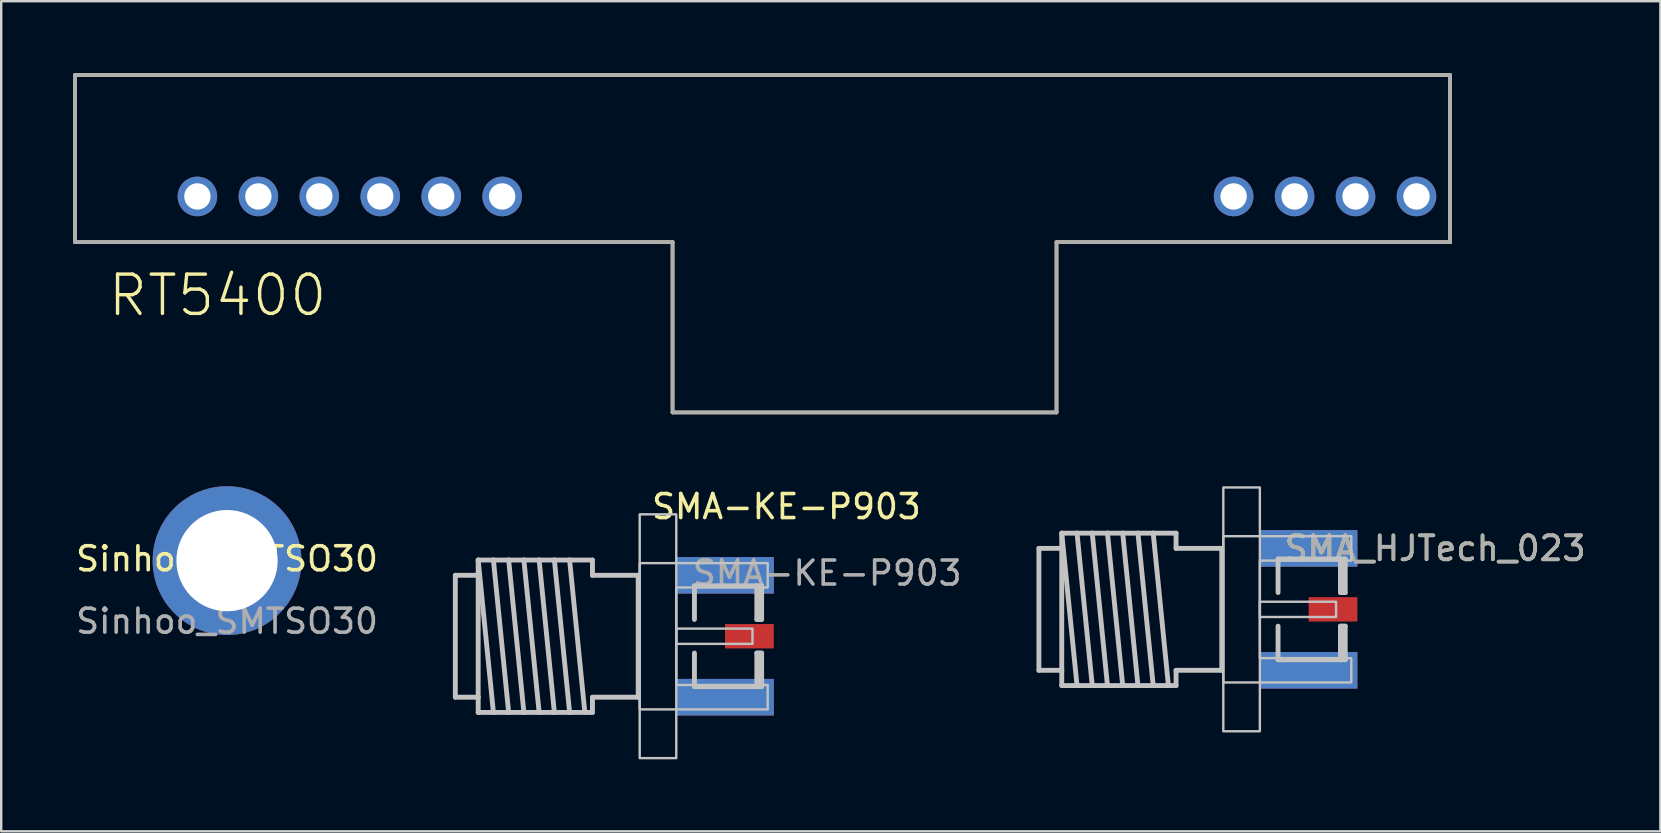
<source format=kicad_pcb>
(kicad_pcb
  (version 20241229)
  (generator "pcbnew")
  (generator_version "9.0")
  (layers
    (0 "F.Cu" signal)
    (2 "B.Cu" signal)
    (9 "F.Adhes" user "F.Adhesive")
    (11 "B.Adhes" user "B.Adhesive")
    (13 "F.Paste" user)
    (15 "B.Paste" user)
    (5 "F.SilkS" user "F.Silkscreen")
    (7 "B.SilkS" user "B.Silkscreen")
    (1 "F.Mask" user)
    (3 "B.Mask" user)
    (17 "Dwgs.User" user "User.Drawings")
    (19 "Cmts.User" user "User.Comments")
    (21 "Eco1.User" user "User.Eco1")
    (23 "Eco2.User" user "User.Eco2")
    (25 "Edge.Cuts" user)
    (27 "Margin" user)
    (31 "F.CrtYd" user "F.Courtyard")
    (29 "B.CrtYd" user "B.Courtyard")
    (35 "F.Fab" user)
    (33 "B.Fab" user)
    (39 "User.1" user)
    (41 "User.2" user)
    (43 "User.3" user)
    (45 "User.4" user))
  (footprint "RT5400"
    (layer "F.Cu")
    (at 12.796 5.136)
    (property "Reference" "RT5400" (at -11.43 5.08 0) (layer "F.SilkS") (effects (font (size 1.636 1.636) (thickness 0.142)) (justify left bottom)))
    (fp_line (start -12.72 -5.06) (end 44.58 -5.06) (stroke (width 0.152) (type solid)) (layer "F.SilkS"))
    (fp_line (start -12.72 1.905) (end -12.72 -5.06) (stroke (width 0.152) (type solid)) (layer "F.SilkS"))
    (fp_line (start 12.18 1.905) (end -12.72 1.905) (stroke (width 0.152) (type solid)) (layer "F.SilkS"))
    (fp_line (start 12.18 1.905) (end 12.18 9) (stroke (width 0.152) (type solid)) (layer "F.SilkS"))
    (fp_line (start 12.18 9) (end 28.18 9) (stroke (width 0.152) (type solid)) (layer "F.SilkS"))
    (fp_line (start 28.18 9) (end 28.18 1.905) (stroke (width 0.152) (type solid)) (layer "F.SilkS"))
    (fp_line (start 44.58 -5.06) (end 44.58 1.905) (stroke (width 0.152) (type solid)) (layer "F.SilkS"))
    (fp_line (start 44.58 1.905) (end 28.18 1.905) (stroke (width 0.152) (type solid)) (layer "F.SilkS"))
    (fp_line (start -12.72 -5.06) (end 44.58 -5.06) (stroke (width 0.152) (type solid)) (layer "F.Fab"))
    (fp_line (start -12.72 1.905) (end -12.72 -5.06) (stroke (width 0.152) (type solid)) (layer "F.Fab"))
    (fp_line (start 12.18 1.905) (end -12.72 1.905) (stroke (width 0.152) (type solid)) (layer "F.Fab"))
    (fp_line (start 12.18 1.905) (end 12.18 9) (stroke (width 0.152) (type solid)) (layer "F.Fab"))
    (fp_line (start 12.18 9) (end 28.18 9) (stroke (width 0.152) (type solid)) (layer "F.Fab"))
    (fp_line (start 28.18 9) (end 28.18 1.905) (stroke (width 0.152) (type solid)) (layer "F.Fab"))
    (fp_line (start 44.58 -5.06) (end 44.58 1.905) (stroke (width 0.152) (type solid)) (layer "F.Fab"))
    (fp_line (start 44.58 1.905) (end 28.18 1.905) (stroke (width 0.152) (type solid)) (layer "F.Fab"))
    (pad "1" thru_hole circle (at -7.62 0) (size 1.65 1.65) (drill 1.1) (layers "*.Cu" "*.Mask"))
    (pad "2" thru_hole circle (at -5.08 0) (size 1.65 1.65) (drill 1.1) (layers "*.Cu" "*.Mask"))
    (pad "3" thru_hole circle (at -2.54 0) (size 1.65 1.65) (drill 1.1) (layers "*.Cu" "*.Mask"))
    (pad "4" thru_hole circle (at 0 0) (size 1.65 1.65) (drill 1.1) (layers "*.Cu" "*.Mask"))
    (pad "5" thru_hole circle (at 2.54 0) (size 1.65 1.65) (drill 1.1) (layers "*.Cu" "*.Mask"))
    (pad "6" thru_hole circle (at 5.08 0) (size 1.65 1.65) (drill 1.1) (layers "*.Cu" "*.Mask"))
    (pad "7" thru_hole circle (at 35.56 0) (size 1.65 1.65) (drill 1.1) (layers "*.Cu" "*.Mask"))
    (pad "8" thru_hole circle (at 38.1 0) (size 1.65 1.65) (drill 1.1) (layers "*.Cu" "*.Mask"))
    (pad "9" thru_hole circle (at 40.64 0) (size 1.65 1.65) (drill 1.1) (layers "*.Cu" "*.Mask"))
    (pad "10" thru_hole circle (at 43.18 0) (size 1.65 1.65) (drill 1.1) (layers "*.Cu" "*.Mask")))
  (footprint "SMA-KE-P903"
    (layer "F.Cu")
    (at 25.131 23.461)
    (property "Reference" "SMA-KE-P903" (at 4.59 -5.4 0) (unlocked yes) (layer "F.SilkS") (effects (font (size 1 1) (thickness 0.15))))
    (attr through_hole)
    (fp_poly (pts (xy 0.889 -0.936) (xy 3.226 -0.936) (xy 3.226 -1.851) (xy 0.889 -1.851)) (stroke (width 0) (type solid)) (fill yes) (layer "F.Mask"))
    (fp_poly (pts (xy 0.889 1.855) (xy 3.226 1.855) (xy 3.226 0.94) (xy 0.889 0.94)) (stroke (width 0) (type solid)) (fill yes) (layer "F.Mask"))
    (fp_poly (pts (xy 0.991 -0.987) (xy 3.124 -0.987) (xy 3.124 -1.8) (xy 0.991 -1.8)) (stroke (width 0) (type solid)) (fill yes) (layer "F.Paste"))
    (fp_poly (pts (xy 0.991 1.804) (xy 3.124 1.804) (xy 3.124 0.991) (xy 0.991 0.991)) (stroke (width 0) (type solid)) (fill yes) (layer "F.Paste"))
    (fp_poly (pts (xy 3.2 0.485) (xy 3.962 0.485) (xy 3.962 -0.481) (xy 3.2 -0.481)) (stroke (width 0) (type solid)) (fill yes) (layer "F.Paste"))
    (fp_line (start -9.207 -2.538) (end -8.255 -2.538) (stroke (width 0.203) (type solid)) (layer "Dwgs.User"))
    (fp_line (start -9.207 2.542) (end -9.207 -2.538) (stroke (width 0.203) (type solid)) (layer "Dwgs.User"))
    (fp_line (start -8.255 -3.173) (end -7.62 -3.173) (stroke (width 0.203) (type solid)) (layer "Dwgs.User"))
    (fp_line (start -8.255 -3.173) (end -7.62 3.177) (stroke (width 0.203) (type solid)) (layer "Dwgs.User"))
    (fp_line (start -8.255 -2.538) (end -8.255 -3.173) (stroke (width 0.203) (type solid)) (layer "Dwgs.User"))
    (fp_line (start -8.255 -2.538) (end -8.255 2.542) (stroke (width 0.203) (type solid)) (layer "Dwgs.User"))
    (fp_line (start -8.255 2.542) (end -9.207 2.542) (stroke (width 0.203) (type solid)) (layer "Dwgs.User"))
    (fp_line (start -8.255 3.177) (end -8.255 2.542) (stroke (width 0.203) (type solid)) (layer "Dwgs.User"))
    (fp_line (start -7.62 -3.173) (end -6.985 -3.173) (stroke (width 0.203) (type solid)) (layer "Dwgs.User"))
    (fp_line (start -7.62 -3.173) (end -6.985 3.177) (stroke (width 0.203) (type solid)) (layer "Dwgs.User"))
    (fp_line (start -7.62 3.177) (end -8.255 3.177) (stroke (width 0.203) (type solid)) (layer "Dwgs.User"))
    (fp_line (start -6.985 -3.173) (end -6.35 -3.173) (stroke (width 0.203) (type solid)) (layer "Dwgs.User"))
    (fp_line (start -6.985 -3.173) (end -6.35 3.177) (stroke (width 0.203) (type solid)) (layer "Dwgs.User"))
    (fp_line (start -6.985 3.177) (end -7.62 3.177) (stroke (width 0.203) (type solid)) (layer "Dwgs.User"))
    (fp_line (start -6.35 -3.173) (end -5.715 -3.173) (stroke (width 0.203) (type solid)) (layer "Dwgs.User"))
    (fp_line (start -6.35 -3.173) (end -5.715 3.177) (stroke (width 0.203) (type solid)) (layer "Dwgs.User"))
    (fp_line (start -6.35 3.177) (end -6.985 3.177) (stroke (width 0.203) (type solid)) (layer "Dwgs.User"))
    (fp_line (start -5.715 -3.173) (end -5.08 -3.173) (stroke (width 0.203) (type solid)) (layer "Dwgs.User"))
    (fp_line (start -5.715 -3.173) (end -5.08 3.177) (stroke (width 0.203) (type solid)) (layer "Dwgs.User"))
    (fp_line (start -5.715 3.177) (end -6.35 3.177) (stroke (width 0.203) (type solid)) (layer "Dwgs.User"))
    (fp_line (start -5.08 -3.173) (end -4.445 -3.173) (stroke (width 0.203) (type solid)) (layer "Dwgs.User"))
    (fp_line (start -5.08 -3.173) (end -4.445 3.177) (stroke (width 0.203) (type solid)) (layer "Dwgs.User"))
    (fp_line (start -5.08 3.177) (end -5.715 3.177) (stroke (width 0.203) (type solid)) (layer "Dwgs.User"))
    (fp_line (start -4.445 -3.173) (end -3.81 3.177) (stroke (width 0.203) (type solid)) (layer "Dwgs.User"))
    (fp_line (start -4.445 -3.173) (end -3.493 -3.173) (stroke (width 0.203) (type solid)) (layer "Dwgs.User"))
    (fp_line (start -4.445 3.177) (end -5.08 3.177) (stroke (width 0.203) (type solid)) (layer "Dwgs.User"))
    (fp_line (start -3.493 -3.173) (end -3.493 -2.538) (stroke (width 0.203) (type solid)) (layer "Dwgs.User"))
    (fp_line (start -3.493 -2.538) (end -1.587 -2.538) (stroke (width 0.203) (type solid)) (layer "Dwgs.User"))
    (fp_line (start -3.493 2.542) (end -3.493 3.177) (stroke (width 0.203) (type solid)) (layer "Dwgs.User"))
    (fp_line (start -3.493 3.177) (end -4.445 3.177) (stroke (width 0.203) (type solid)) (layer "Dwgs.User"))
    (fp_line (start -1.587 -2.538) (end -1.587 2.542) (stroke (width 0.203) (type solid)) (layer "Dwgs.User"))
    (fp_line (start -1.587 2.542) (end -3.493 2.542) (stroke (width 0.203) (type solid)) (layer "Dwgs.User"))
    (fp_line (start 0.757 -0.698) (end 0.757 -2.098) (stroke (width 0.203) (type solid)) (layer "Dwgs.User"))
    (fp_line (start 0.757 2.102) (end 0.757 0.702) (stroke (width 0.203) (type solid)) (layer "Dwgs.User"))
    (fp_line (start 0.757 2.102) (end 3.357 2.102) (stroke (width 0.203) (type solid)) (layer "Dwgs.User"))
    (fp_line (start 3.357 -2.098) (end 0.757 -2.098) (stroke (width 0.203) (type solid)) (layer "Dwgs.User"))
    (fp_line (start 3.357 -0.698) (end 3.357 -2.098) (stroke (width 0.203) (type solid)) (layer "Dwgs.User"))
    (fp_line (start 3.357 2.102) (end 3.357 0.702) (stroke (width 0.203) (type solid)) (layer "Dwgs.User"))
    (fp_line (start 3.457 -0.698) (end 3.457 -1.998) (stroke (width 0.203) (type solid)) (layer "Dwgs.User"))
    (fp_line (start 3.457 2.002) (end 3.457 0.702) (stroke (width 0.203) (type solid)) (layer "Dwgs.User"))
    (fp_line (start 3.557 -2.098) (end 3.357 -2.098) (stroke (width 0.203) (type solid)) (layer "Dwgs.User"))
    (fp_line (start 3.557 -0.698) (end 3.357 -0.698) (stroke (width 0.203) (type solid)) (layer "Dwgs.User"))
    (fp_line (start 3.557 -0.698) (end 3.557 -2.098) (stroke (width 0.203) (type solid)) (layer "Dwgs.User"))
    (fp_line (start 3.557 0.702) (end 3.357 0.702) (stroke (width 0.203) (type solid)) (layer "Dwgs.User"))
    (fp_line (start 3.557 2.102) (end 3.357 2.102) (stroke (width 0.203) (type solid)) (layer "Dwgs.User"))
    (fp_line (start 3.557 2.102) (end 3.557 0.702) (stroke (width 0.203) (type solid)) (layer "Dwgs.User"))
    (fp_poly (pts (xy -1.524 -5.078) (xy 0 -5.078) (xy 0 5.082) (xy -1.524 5.082)) (stroke (width 0.1) (type solid)) (fill no) (layer "Dwgs.User"))
    (fp_poly (pts (xy 0 0.32) (xy 3.175 0.32) (xy 3.175 -0.316) (xy 0 -0.316)) (stroke (width 0.1) (type solid)) (fill no) (layer "Dwgs.User"))
    (fp_poly (pts (xy -1.524 -3.046) (xy 3.81 -3.046) (xy 3.81 -2.03) (xy 0 -2.03) (xy 0 2.034) (xy 3.81 2.034) (xy 3.81 3.05) (xy -1.524 3.05)) (stroke (width 0.1) (type solid)) (fill no) (layer "Dwgs.User"))
    (fp_text user "${REFERENCE}" (at 6.29 -2.63 0) (unlocked yes) (layer "F.Fab") (effects (font (size 1 1) (thickness 0.15))))
    (pad "1" smd rect (at 3.048 0.002 90) (size 1.016 2.032) (layers "F.Cu" "F.Mask" "F.Paste"))
    (pad "2" smd rect (at 2.032 -2.538 90) (size 1.524 4.064) (layers "F.Cu" "F.Mask" "F.Paste"))
    (pad "2" smd rect (at 2.032 -2.538 90) (size 1.524 4.064) (layers "B.Cu" "B.Mask" "B.Paste"))
    (pad "2" smd rect (at 2.032 2.542 90) (size 1.524 4.064) (layers "F.Cu" "F.Mask" "F.Paste"))
    (pad "2" smd rect (at 2.032 2.542 90) (size 1.524 4.064) (layers "B.Cu" "B.Mask" "B.Paste")))
  (footprint "SMA_HJTech_023"
    (layer "F.Cu")
    (at 47.862 22.342)
    (property "Reference" "SMA_HJTech_023" (at 8.89 -2.54 0) (unlocked yes) (layer "F.SilkS") (effects (font (size 1 1) (thickness 0.15))))
    (attr smd)
    (fp_poly (pts (xy 2.477 -0.938) (xy 4.813 -0.938) (xy 4.813 -1.853) (xy 2.477 -1.853)) (stroke (width 0) (type solid)) (fill yes) (layer "F.Mask"))
    (fp_poly (pts (xy 2.477 1.853) (xy 4.813 1.853) (xy 4.813 0.938) (xy 2.477 0.938)) (stroke (width 0) (type solid)) (fill yes) (layer "F.Mask"))
    (fp_poly (pts (xy 2.578 -0.989) (xy 4.712 -0.989) (xy 4.712 -1.802) (xy 2.578 -1.802)) (stroke (width 0) (type solid)) (fill yes) (layer "F.Paste"))
    (fp_poly (pts (xy 2.578 1.802) (xy 4.712 1.802) (xy 4.712 0.989) (xy 2.578 0.989)) (stroke (width 0) (type solid)) (fill yes) (layer "F.Paste"))
    (fp_poly (pts (xy 4.788 0.483) (xy 5.55 0.483) (xy 5.55 -0.483) (xy 4.788 -0.483)) (stroke (width 0) (type solid)) (fill yes) (layer "F.Paste"))
    (fp_line (start -7.62 -2.54) (end -6.668 -2.54) (stroke (width 0.203) (type solid)) (layer "Dwgs.User"))
    (fp_line (start -7.62 2.54) (end -7.62 -2.54) (stroke (width 0.203) (type solid)) (layer "Dwgs.User"))
    (fp_line (start -6.668 -3.175) (end -6.032 -3.175) (stroke (width 0.203) (type solid)) (layer "Dwgs.User"))
    (fp_line (start -6.668 -3.175) (end -6.032 3.175) (stroke (width 0.203) (type solid)) (layer "Dwgs.User"))
    (fp_line (start -6.668 -2.54) (end -6.668 -3.175) (stroke (width 0.203) (type solid)) (layer "Dwgs.User"))
    (fp_line (start -6.668 -2.54) (end -6.668 2.54) (stroke (width 0.203) (type solid)) (layer "Dwgs.User"))
    (fp_line (start -6.668 2.54) (end -7.62 2.54) (stroke (width 0.203) (type solid)) (layer "Dwgs.User"))
    (fp_line (start -6.668 3.175) (end -6.668 2.54) (stroke (width 0.203) (type solid)) (layer "Dwgs.User"))
    (fp_line (start -6.032 -3.175) (end -5.397 -3.175) (stroke (width 0.203) (type solid)) (layer "Dwgs.User"))
    (fp_line (start -6.032 -3.175) (end -5.397 3.175) (stroke (width 0.203) (type solid)) (layer "Dwgs.User"))
    (fp_line (start -6.032 3.175) (end -6.668 3.175) (stroke (width 0.203) (type solid)) (layer "Dwgs.User"))
    (fp_line (start -5.397 -3.175) (end -4.763 -3.175) (stroke (width 0.203) (type solid)) (layer "Dwgs.User"))
    (fp_line (start -5.397 -3.175) (end -4.763 3.175) (stroke (width 0.203) (type solid)) (layer "Dwgs.User"))
    (fp_line (start -5.397 3.175) (end -6.032 3.175) (stroke (width 0.203) (type solid)) (layer "Dwgs.User"))
    (fp_line (start -4.763 -3.175) (end -4.128 -3.175) (stroke (width 0.203) (type solid)) (layer "Dwgs.User"))
    (fp_line (start -4.763 -3.175) (end -4.128 3.175) (stroke (width 0.203) (type solid)) (layer "Dwgs.User"))
    (fp_line (start -4.763 3.175) (end -5.397 3.175) (stroke (width 0.203) (type solid)) (layer "Dwgs.User"))
    (fp_line (start -4.128 -3.175) (end -3.493 -3.175) (stroke (width 0.203) (type solid)) (layer "Dwgs.User"))
    (fp_line (start -4.128 -3.175) (end -3.493 3.175) (stroke (width 0.203) (type solid)) (layer "Dwgs.User"))
    (fp_line (start -4.128 3.175) (end -4.763 3.175) (stroke (width 0.203) (type solid)) (layer "Dwgs.User"))
    (fp_line (start -3.493 -3.175) (end -2.857 -3.175) (stroke (width 0.203) (type solid)) (layer "Dwgs.User"))
    (fp_line (start -3.493 -3.175) (end -2.857 3.175) (stroke (width 0.203) (type solid)) (layer "Dwgs.User"))
    (fp_line (start -3.493 3.175) (end -4.128 3.175) (stroke (width 0.203) (type solid)) (layer "Dwgs.User"))
    (fp_line (start -2.857 -3.175) (end -2.223 3.175) (stroke (width 0.203) (type solid)) (layer "Dwgs.User"))
    (fp_line (start -2.857 -3.175) (end -1.905 -3.175) (stroke (width 0.203) (type solid)) (layer "Dwgs.User"))
    (fp_line (start -2.857 3.175) (end -3.493 3.175) (stroke (width 0.203) (type solid)) (layer "Dwgs.User"))
    (fp_line (start -1.905 -3.175) (end -1.905 -2.54) (stroke (width 0.203) (type solid)) (layer "Dwgs.User"))
    (fp_line (start -1.905 -2.54) (end 0 -2.54) (stroke (width 0.203) (type solid)) (layer "Dwgs.User"))
    (fp_line (start -1.905 2.54) (end -1.905 3.175) (stroke (width 0.203) (type solid)) (layer "Dwgs.User"))
    (fp_line (start -1.905 3.175) (end -2.857 3.175) (stroke (width 0.203) (type solid)) (layer "Dwgs.User"))
    (fp_line (start 0 -2.54) (end 0 2.54) (stroke (width 0.203) (type solid)) (layer "Dwgs.User"))
    (fp_line (start 0 2.54) (end -1.905 2.54) (stroke (width 0.203) (type solid)) (layer "Dwgs.User"))
    (fp_line (start 2.345 -0.7) (end 2.345 -2.1) (stroke (width 0.203) (type solid)) (layer "Dwgs.User"))
    (fp_line (start 2.345 2.1) (end 2.345 0.7) (stroke (width 0.203) (type solid)) (layer "Dwgs.User"))
    (fp_line (start 2.345 2.1) (end 4.945 2.1) (stroke (width 0.203) (type solid)) (layer "Dwgs.User"))
    (fp_line (start 4.945 -2.1) (end 2.345 -2.1) (stroke (width 0.203) (type solid)) (layer "Dwgs.User"))
    (fp_line (start 4.945 -0.7) (end 4.945 -2.1) (stroke (width 0.203) (type solid)) (layer "Dwgs.User"))
    (fp_line (start 4.945 2.1) (end 4.945 0.7) (stroke (width 0.203) (type solid)) (layer "Dwgs.User"))
    (fp_line (start 5.045 -0.7) (end 5.045 -2) (stroke (width 0.203) (type solid)) (layer "Dwgs.User"))
    (fp_line (start 5.045 2) (end 5.045 0.7) (stroke (width 0.203) (type solid)) (layer "Dwgs.User"))
    (fp_line (start 5.145 -2.1) (end 4.945 -2.1) (stroke (width 0.203) (type solid)) (layer "Dwgs.User"))
    (fp_line (start 5.145 -0.7) (end 4.945 -0.7) (stroke (width 0.203) (type solid)) (layer "Dwgs.User"))
    (fp_line (start 5.145 -0.7) (end 5.145 -2.1) (stroke (width 0.203) (type solid)) (layer "Dwgs.User"))
    (fp_line (start 5.145 0.7) (end 4.945 0.7) (stroke (width 0.203) (type solid)) (layer "Dwgs.User"))
    (fp_line (start 5.145 2.1) (end 4.945 2.1) (stroke (width 0.203) (type solid)) (layer "Dwgs.User"))
    (fp_line (start 5.145 2.1) (end 5.145 0.7) (stroke (width 0.203) (type solid)) (layer "Dwgs.User"))
    (fp_poly (pts (xy 0.064 -5.08) (xy 1.587 -5.08) (xy 1.587 5.08) (xy 0.064 5.08)) (stroke (width 0.1) (type solid)) (fill no) (layer "Dwgs.User"))
    (fp_poly (pts (xy 1.587 0.318) (xy 4.763 0.318) (xy 4.763 -0.318) (xy 1.587 -0.318)) (stroke (width 0.1) (type solid)) (fill no) (layer "Dwgs.User"))
    (fp_poly (pts (xy 0.064 -3.048) (xy 5.397 -3.048) (xy 5.397 -2.032) (xy 1.587 -2.032) (xy 1.587 2.032) (xy 5.397 2.032) (xy 5.397 3.048) (xy 0.064 3.048)) (stroke (width 0.1) (type solid)) (fill no) (layer "Dwgs.User"))
    (fp_text user "${REFERENCE}" (at 8.89 -2.54 0) (unlocked yes) (layer "F.Fab") (effects (font (size 1 1) (thickness 0.15))))
    (pad "1" smd rect (at 4.636 0 90) (size 1.016 2.032) (layers "F.Cu" "F.Mask" "F.Paste"))
    (pad "2" smd rect (at 3.619 -2.54 90) (size 1.524 4.064) (layers "F.Cu" "F.Mask" "F.Paste"))
    (pad "2" smd rect (at 3.619 -2.54 90) (size 1.524 4.064) (layers "B.Cu" "B.Mask" "B.Paste"))
    (pad "2" smd rect (at 3.619 2.54 90) (size 1.524 4.064) (layers "F.Cu" "F.Mask" "F.Paste"))
    (pad "2" smd rect (at 3.619 2.54 90) (size 1.524 4.064) (layers "B.Cu" "B.Mask" "B.Paste")))
  (footprint "Sinhoo_SMTSO30"
    (layer "F.Cu")
    (at 6.411 20.337)
    (property "Reference" "Sinhoo_SMTSO30" (at 0 -0.1 0) (unlocked yes) (layer "F.SilkS") (effects (font (size 1 1) (thickness 0.15))))
    (attr through_hole)
    (fp_text user "${REFERENCE}" (at 0 2.5 0) (unlocked yes) (layer "F.Fab") (effects (font (size 1 1) (thickness 0.15))))
    (pad "1" thru_hole circle (at 0 -0.025) (size 6.2 6.2) (drill 4.22) (layers "*.Cu" "*.Mask")))
  (gr_rect
    (start -3 -3)
    (end 66.139 31.593)
    (stroke (width 0.1) (type default))
    (fill no)
    (layer "Edge.Cuts")))
</source>
